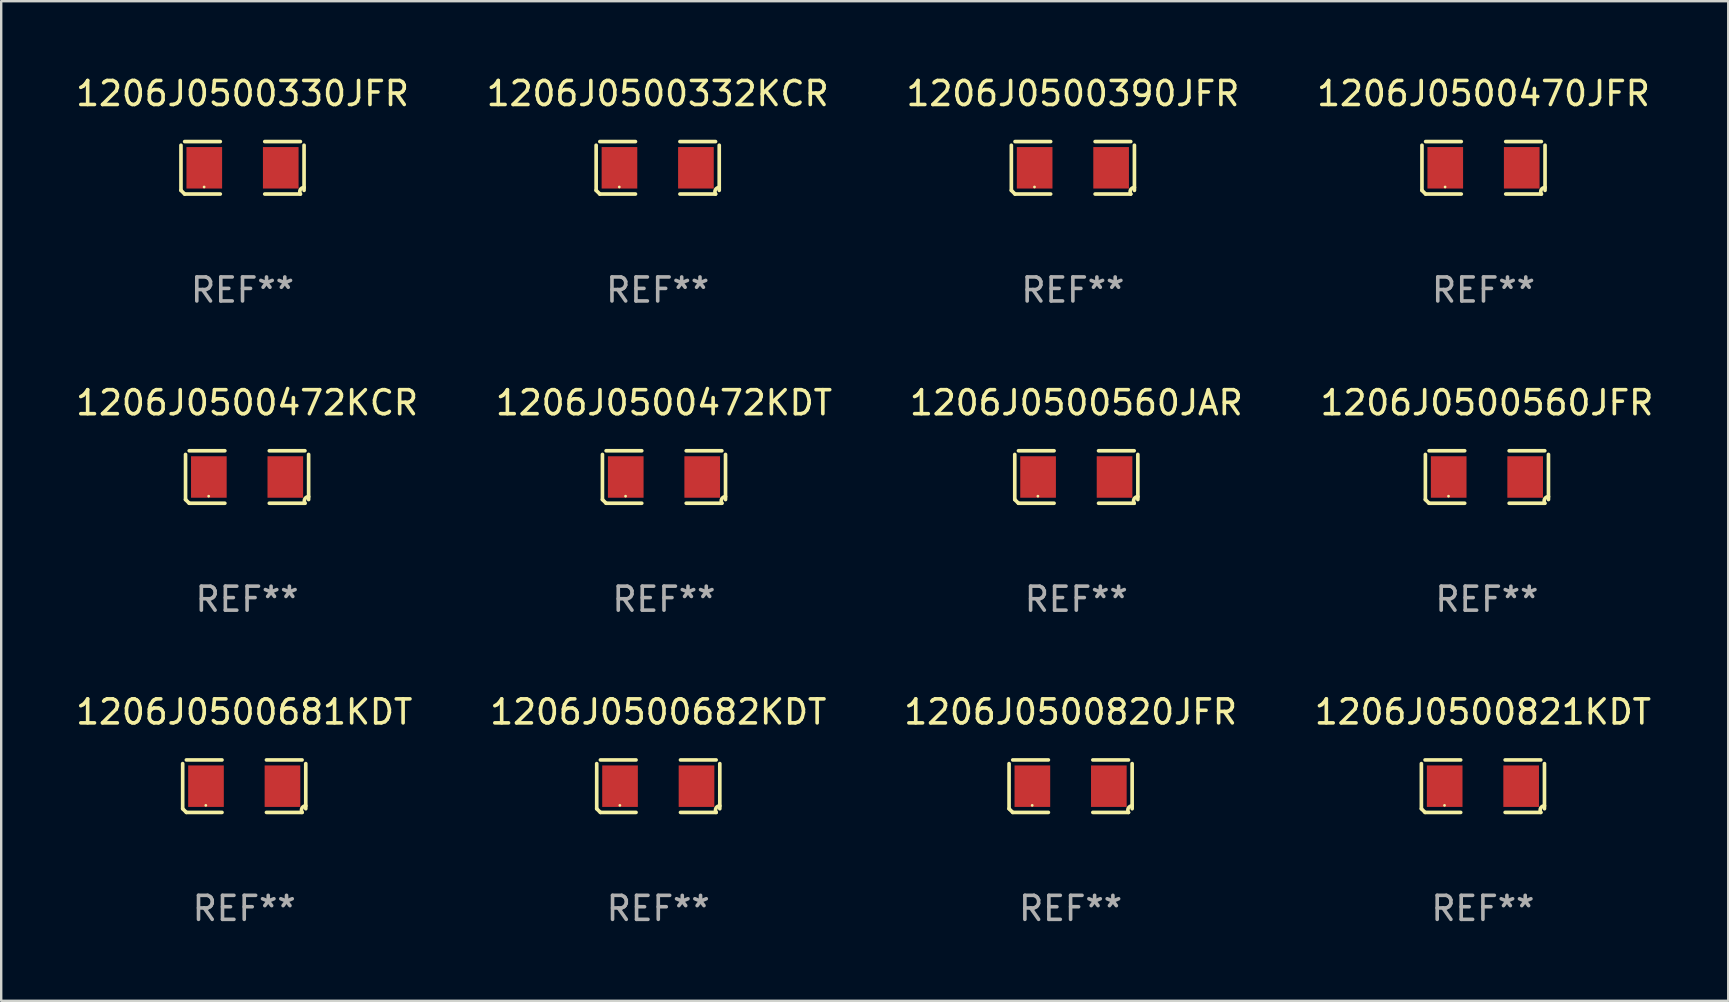
<source format=kicad_pcb>
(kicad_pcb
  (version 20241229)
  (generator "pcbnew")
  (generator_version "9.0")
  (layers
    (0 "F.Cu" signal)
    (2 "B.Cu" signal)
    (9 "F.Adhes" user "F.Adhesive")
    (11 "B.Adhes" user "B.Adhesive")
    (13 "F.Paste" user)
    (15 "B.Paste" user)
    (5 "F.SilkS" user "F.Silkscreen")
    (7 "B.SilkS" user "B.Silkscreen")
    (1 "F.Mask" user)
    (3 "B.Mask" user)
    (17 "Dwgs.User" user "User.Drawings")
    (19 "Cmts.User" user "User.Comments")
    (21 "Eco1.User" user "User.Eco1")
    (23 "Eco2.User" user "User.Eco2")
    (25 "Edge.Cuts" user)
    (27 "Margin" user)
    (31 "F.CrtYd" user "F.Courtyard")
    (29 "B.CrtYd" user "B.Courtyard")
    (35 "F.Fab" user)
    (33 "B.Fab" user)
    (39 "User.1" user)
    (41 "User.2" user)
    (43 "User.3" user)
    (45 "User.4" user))
  (footprint "1206J0500472KCR"
    (layer "F.Cu")
    (at 7.244 16.823)
    (property "Reference" "1206J0500472KCR" (at 0 -3.093 0) (layer "F.SilkS") (effects (font (size 1 1) (thickness 0.15))))
    (attr through_hole)
    (fp_line (start -2.564 0.94) (end -2.564 -0.94) (stroke (width 0.152) (type solid)) (layer "F.SilkS"))
    (fp_line (start -2.411 -1.093) (end -0.926 -1.093) (stroke (width 0.152) (type solid)) (layer "F.SilkS"))
    (fp_line (start -0.926 1.093) (end -2.411 1.093) (stroke (width 0.152) (type solid)) (layer "F.SilkS"))
    (fp_line (start 0.926 1.093) (end 2.411 1.093) (stroke (width 0.152) (type solid)) (layer "F.SilkS"))
    (fp_line (start 2.411 -1.093) (end 0.926 -1.093) (stroke (width 0.152) (type solid)) (layer "F.SilkS"))
    (fp_line (start 2.564 0.94) (end 2.564 -0.94) (stroke (width 0.152) (type solid)) (layer "F.SilkS"))
    (fp_arc (start -2.411201 1.092609) (mid -2.487413 1.01642) (end -2.563602 0.940208) (stroke (width 0.1524) (type solid)) (layer "F.SilkS"))
    (fp_arc (start 2.411201 1.092609) (mid 2.407159 0.911226) (end 2.563602 0.819347) (stroke (width 0.1524) (type solid)) (layer "F.SilkS"))
    (fp_circle (center -1.6 0.8) (end -1.57 0.8) (stroke (width 0.06) (type solid)) (fill no) (layer "F.SilkS"))
    (fp_text user "REF**" (at 0 5.093 0) (layer "F.Fab") (effects (font (size 1 1) (thickness 0.15))))
    (pad "1" smd rect (at -1.593 0) (size 1.485 1.728) (layers "F.Cu" "F.Mask" "F.Paste"))
    (pad "2" smd rect (at 1.593 0) (size 1.485 1.728) (layers "F.Cu" "F.Mask" "F.Paste")))
  (footprint "1206J0500472KDT"
    (layer "F.Cu")
    (at 24.613 16.823)
    (property "Reference" "1206J0500472KDT" (at 0 -3.093 0) (layer "F.SilkS") (effects (font (size 1 1) (thickness 0.15))))
    (attr through_hole)
    (fp_line (start -2.564 0.94) (end -2.564 -0.94) (stroke (width 0.152) (type solid)) (layer "F.SilkS"))
    (fp_line (start -2.411 -1.093) (end -0.926 -1.093) (stroke (width 0.152) (type solid)) (layer "F.SilkS"))
    (fp_line (start -0.926 1.093) (end -2.411 1.093) (stroke (width 0.152) (type solid)) (layer "F.SilkS"))
    (fp_line (start 0.926 1.093) (end 2.411 1.093) (stroke (width 0.152) (type solid)) (layer "F.SilkS"))
    (fp_line (start 2.411 -1.093) (end 0.926 -1.093) (stroke (width 0.152) (type solid)) (layer "F.SilkS"))
    (fp_line (start 2.564 0.94) (end 2.564 -0.94) (stroke (width 0.152) (type solid)) (layer "F.SilkS"))
    (fp_arc (start -2.411201 1.092609) (mid -2.487413 1.01642) (end -2.563602 0.940208) (stroke (width 0.1524) (type solid)) (layer "F.SilkS"))
    (fp_arc (start 2.411201 1.092609) (mid 2.407159 0.911226) (end 2.563602 0.819347) (stroke (width 0.1524) (type solid)) (layer "F.SilkS"))
    (fp_circle (center -1.6 0.8) (end -1.57 0.8) (stroke (width 0.06) (type solid)) (fill no) (layer "F.SilkS"))
    (fp_text user "REF**" (at 0 5.093 0) (layer "F.Fab") (effects (font (size 1 1) (thickness 0.15))))
    (pad "1" smd rect (at -1.593 0) (size 1.485 1.728) (layers "F.Cu" "F.Mask" "F.Paste"))
    (pad "2" smd rect (at 1.593 0) (size 1.485 1.728) (layers "F.Cu" "F.Mask" "F.Paste")))
  (footprint "1206J0500332KCR"
    (layer "F.Cu")
    (at 24.351 3.941)
    (property "Reference" "1206J0500332KCR" (at 0 -3.093 0) (layer "F.SilkS") (effects (font (size 1 1) (thickness 0.15))))
    (attr through_hole)
    (fp_line (start -2.564 0.94) (end -2.564 -0.94) (stroke (width 0.152) (type solid)) (layer "F.SilkS"))
    (fp_line (start -2.411 -1.093) (end -0.926 -1.093) (stroke (width 0.152) (type solid)) (layer "F.SilkS"))
    (fp_line (start -0.926 1.093) (end -2.411 1.093) (stroke (width 0.152) (type solid)) (layer "F.SilkS"))
    (fp_line (start 0.926 1.093) (end 2.411 1.093) (stroke (width 0.152) (type solid)) (layer "F.SilkS"))
    (fp_line (start 2.411 -1.093) (end 0.926 -1.093) (stroke (width 0.152) (type solid)) (layer "F.SilkS"))
    (fp_line (start 2.564 0.94) (end 2.564 -0.94) (stroke (width 0.152) (type solid)) (layer "F.SilkS"))
    (fp_arc (start -2.411201 1.092609) (mid -2.487413 1.01642) (end -2.563602 0.940208) (stroke (width 0.1524) (type solid)) (layer "F.SilkS"))
    (fp_arc (start 2.411201 1.092609) (mid 2.407159 0.911226) (end 2.563602 0.819347) (stroke (width 0.1524) (type solid)) (layer "F.SilkS"))
    (fp_circle (center -1.6 0.8) (end -1.57 0.8) (stroke (width 0.06) (type solid)) (fill no) (layer "F.SilkS"))
    (fp_text user "REF**" (at 0 5.093 0) (layer "F.Fab") (effects (font (size 1 1) (thickness 0.15))))
    (pad "1" smd rect (at -1.593 0) (size 1.485 1.728) (layers "F.Cu" "F.Mask" "F.Paste"))
    (pad "2" smd rect (at 1.593 0) (size 1.485 1.728) (layers "F.Cu" "F.Mask" "F.Paste")))
  (footprint "1206J0500820JFR"
    (layer "F.Cu")
    (at 41.554 29.704)
    (property "Reference" "1206J0500820JFR" (at 0 -3.093 0) (layer "F.SilkS") (effects (font (size 1 1) (thickness 0.15))))
    (attr through_hole)
    (fp_line (start -2.564 0.94) (end -2.564 -0.94) (stroke (width 0.152) (type solid)) (layer "F.SilkS"))
    (fp_line (start -2.411 -1.093) (end -0.926 -1.093) (stroke (width 0.152) (type solid)) (layer "F.SilkS"))
    (fp_line (start -0.926 1.093) (end -2.411 1.093) (stroke (width 0.152) (type solid)) (layer "F.SilkS"))
    (fp_line (start 0.926 1.093) (end 2.411 1.093) (stroke (width 0.152) (type solid)) (layer "F.SilkS"))
    (fp_line (start 2.411 -1.093) (end 0.926 -1.093) (stroke (width 0.152) (type solid)) (layer "F.SilkS"))
    (fp_line (start 2.564 0.94) (end 2.564 -0.94) (stroke (width 0.152) (type solid)) (layer "F.SilkS"))
    (fp_arc (start -2.411201 1.092609) (mid -2.487413 1.01642) (end -2.563602 0.940208) (stroke (width 0.1524) (type solid)) (layer "F.SilkS"))
    (fp_arc (start 2.411201 1.092609) (mid 2.407159 0.911226) (end 2.563602 0.819347) (stroke (width 0.1524) (type solid)) (layer "F.SilkS"))
    (fp_circle (center -1.6 0.8) (end -1.57 0.8) (stroke (width 0.06) (type solid)) (fill no) (layer "F.SilkS"))
    (fp_text user "REF**" (at 0 5.093 0) (layer "F.Fab") (effects (font (size 1 1) (thickness 0.15))))
    (pad "1" smd rect (at -1.593 0) (size 1.485 1.728) (layers "F.Cu" "F.Mask" "F.Paste"))
    (pad "2" smd rect (at 1.593 0) (size 1.485 1.728) (layers "F.Cu" "F.Mask" "F.Paste")))
  (footprint "1206J0500470JFR"
    (layer "F.Cu")
    (at 58.756 3.941)
    (property "Reference" "1206J0500470JFR" (at 0 -3.093 0) (layer "F.SilkS") (effects (font (size 1 1) (thickness 0.15))))
    (attr through_hole)
    (fp_line (start -2.564 0.94) (end -2.564 -0.94) (stroke (width 0.152) (type solid)) (layer "F.SilkS"))
    (fp_line (start -2.411 -1.093) (end -0.926 -1.093) (stroke (width 0.152) (type solid)) (layer "F.SilkS"))
    (fp_line (start -0.926 1.093) (end -2.411 1.093) (stroke (width 0.152) (type solid)) (layer "F.SilkS"))
    (fp_line (start 0.926 1.093) (end 2.411 1.093) (stroke (width 0.152) (type solid)) (layer "F.SilkS"))
    (fp_line (start 2.411 -1.093) (end 0.926 -1.093) (stroke (width 0.152) (type solid)) (layer "F.SilkS"))
    (fp_line (start 2.564 0.94) (end 2.564 -0.94) (stroke (width 0.152) (type solid)) (layer "F.SilkS"))
    (fp_arc (start -2.411201 1.092609) (mid -2.487413 1.01642) (end -2.563602 0.940208) (stroke (width 0.1524) (type solid)) (layer "F.SilkS"))
    (fp_arc (start 2.411201 1.092609) (mid 2.407159 0.911226) (end 2.563602 0.819347) (stroke (width 0.1524) (type solid)) (layer "F.SilkS"))
    (fp_circle (center -1.6 0.8) (end -1.57 0.8) (stroke (width 0.06) (type solid)) (fill no) (layer "F.SilkS"))
    (fp_text user "REF**" (at 0 5.093 0) (layer "F.Fab") (effects (font (size 1 1) (thickness 0.15))))
    (pad "1" smd rect (at -1.593 0) (size 1.485 1.728) (layers "F.Cu" "F.Mask" "F.Paste"))
    (pad "2" smd rect (at 1.593 0) (size 1.485 1.728) (layers "F.Cu" "F.Mask" "F.Paste")))
  (footprint "1206J0500390JFR"
    (layer "F.Cu")
    (at 41.649 3.941)
    (property "Reference" "1206J0500390JFR" (at 0 -3.093 0) (layer "F.SilkS") (effects (font (size 1 1) (thickness 0.15))))
    (attr through_hole)
    (fp_line (start -2.564 0.94) (end -2.564 -0.94) (stroke (width 0.152) (type solid)) (layer "F.SilkS"))
    (fp_line (start -2.411 -1.093) (end -0.926 -1.093) (stroke (width 0.152) (type solid)) (layer "F.SilkS"))
    (fp_line (start -0.926 1.093) (end -2.411 1.093) (stroke (width 0.152) (type solid)) (layer "F.SilkS"))
    (fp_line (start 0.926 1.093) (end 2.411 1.093) (stroke (width 0.152) (type solid)) (layer "F.SilkS"))
    (fp_line (start 2.411 -1.093) (end 0.926 -1.093) (stroke (width 0.152) (type solid)) (layer "F.SilkS"))
    (fp_line (start 2.564 0.94) (end 2.564 -0.94) (stroke (width 0.152) (type solid)) (layer "F.SilkS"))
    (fp_arc (start -2.411201 1.092609) (mid -2.487413 1.01642) (end -2.563602 0.940208) (stroke (width 0.1524) (type solid)) (layer "F.SilkS"))
    (fp_arc (start 2.411201 1.092609) (mid 2.407159 0.911226) (end 2.563602 0.819347) (stroke (width 0.1524) (type solid)) (layer "F.SilkS"))
    (fp_circle (center -1.6 0.8) (end -1.57 0.8) (stroke (width 0.06) (type solid)) (fill no) (layer "F.SilkS"))
    (fp_text user "REF**" (at 0 5.093 0) (layer "F.Fab") (effects (font (size 1 1) (thickness 0.15))))
    (pad "1" smd rect (at -1.593 0) (size 1.485 1.728) (layers "F.Cu" "F.Mask" "F.Paste"))
    (pad "2" smd rect (at 1.593 0) (size 1.485 1.728) (layers "F.Cu" "F.Mask" "F.Paste")))
  (footprint "1206J0500560JFR"
    (layer "F.Cu")
    (at 58.899 16.823)
    (property "Reference" "1206J0500560JFR" (at 0 -3.093 0) (layer "F.SilkS") (effects (font (size 1 1) (thickness 0.15))))
    (attr through_hole)
    (fp_line (start -2.564 0.94) (end -2.564 -0.94) (stroke (width 0.152) (type solid)) (layer "F.SilkS"))
    (fp_line (start -2.411 -1.093) (end -0.926 -1.093) (stroke (width 0.152) (type solid)) (layer "F.SilkS"))
    (fp_line (start -0.926 1.093) (end -2.411 1.093) (stroke (width 0.152) (type solid)) (layer "F.SilkS"))
    (fp_line (start 0.926 1.093) (end 2.411 1.093) (stroke (width 0.152) (type solid)) (layer "F.SilkS"))
    (fp_line (start 2.411 -1.093) (end 0.926 -1.093) (stroke (width 0.152) (type solid)) (layer "F.SilkS"))
    (fp_line (start 2.564 0.94) (end 2.564 -0.94) (stroke (width 0.152) (type solid)) (layer "F.SilkS"))
    (fp_arc (start -2.411201 1.092609) (mid -2.487413 1.01642) (end -2.563602 0.940208) (stroke (width 0.1524) (type solid)) (layer "F.SilkS"))
    (fp_arc (start 2.411201 1.092609) (mid 2.407159 0.911226) (end 2.563602 0.819347) (stroke (width 0.1524) (type solid)) (layer "F.SilkS"))
    (fp_circle (center -1.6 0.8) (end -1.57 0.8) (stroke (width 0.06) (type solid)) (fill no) (layer "F.SilkS"))
    (fp_text user "REF**" (at 0 5.093 0) (layer "F.Fab") (effects (font (size 1 1) (thickness 0.15))))
    (pad "1" smd rect (at -1.593 0) (size 1.485 1.728) (layers "F.Cu" "F.Mask" "F.Paste"))
    (pad "2" smd rect (at 1.593 0) (size 1.485 1.728) (layers "F.Cu" "F.Mask" "F.Paste")))
  (footprint "1206J0500821KDT"
    (layer "F.Cu")
    (at 58.732 29.704)
    (property "Reference" "1206J0500821KDT" (at 0 -3.093 0) (layer "F.SilkS") (effects (font (size 1 1) (thickness 0.15))))
    (attr through_hole)
    (fp_line (start -2.564 0.94) (end -2.564 -0.94) (stroke (width 0.152) (type solid)) (layer "F.SilkS"))
    (fp_line (start -2.411 -1.093) (end -0.926 -1.093) (stroke (width 0.152) (type solid)) (layer "F.SilkS"))
    (fp_line (start -0.926 1.093) (end -2.411 1.093) (stroke (width 0.152) (type solid)) (layer "F.SilkS"))
    (fp_line (start 0.926 1.093) (end 2.411 1.093) (stroke (width 0.152) (type solid)) (layer "F.SilkS"))
    (fp_line (start 2.411 -1.093) (end 0.926 -1.093) (stroke (width 0.152) (type solid)) (layer "F.SilkS"))
    (fp_line (start 2.564 0.94) (end 2.564 -0.94) (stroke (width 0.152) (type solid)) (layer "F.SilkS"))
    (fp_arc (start -2.411201 1.092609) (mid -2.487413 1.01642) (end -2.563602 0.940208) (stroke (width 0.1524) (type solid)) (layer "F.SilkS"))
    (fp_arc (start 2.411201 1.092609) (mid 2.407159 0.911226) (end 2.563602 0.819347) (stroke (width 0.1524) (type solid)) (layer "F.SilkS"))
    (fp_circle (center -1.6 0.8) (end -1.57 0.8) (stroke (width 0.06) (type solid)) (fill no) (layer "F.SilkS"))
    (fp_text user "REF**" (at 0 5.093 0) (layer "F.Fab") (effects (font (size 1 1) (thickness 0.15))))
    (pad "1" smd rect (at -1.593 0) (size 1.485 1.728) (layers "F.Cu" "F.Mask" "F.Paste"))
    (pad "2" smd rect (at 1.593 0) (size 1.485 1.728) (layers "F.Cu" "F.Mask" "F.Paste")))
  (footprint "1206J0500330JFR"
    (layer "F.Cu")
    (at 7.054 3.941)
    (property "Reference" "1206J0500330JFR" (at 0 -3.093 0) (layer "F.SilkS") (effects (font (size 1 1) (thickness 0.15))))
    (attr through_hole)
    (fp_line (start -2.564 0.94) (end -2.564 -0.94) (stroke (width 0.152) (type solid)) (layer "F.SilkS"))
    (fp_line (start -2.411 -1.093) (end -0.926 -1.093) (stroke (width 0.152) (type solid)) (layer "F.SilkS"))
    (fp_line (start -0.926 1.093) (end -2.411 1.093) (stroke (width 0.152) (type solid)) (layer "F.SilkS"))
    (fp_line (start 0.926 1.093) (end 2.411 1.093) (stroke (width 0.152) (type solid)) (layer "F.SilkS"))
    (fp_line (start 2.411 -1.093) (end 0.926 -1.093) (stroke (width 0.152) (type solid)) (layer "F.SilkS"))
    (fp_line (start 2.564 0.94) (end 2.564 -0.94) (stroke (width 0.152) (type solid)) (layer "F.SilkS"))
    (fp_arc (start -2.411201 1.092609) (mid -2.487413 1.01642) (end -2.563602 0.940208) (stroke (width 0.1524) (type solid)) (layer "F.SilkS"))
    (fp_arc (start 2.411201 1.092609) (mid 2.407159 0.911226) (end 2.563602 0.819347) (stroke (width 0.1524) (type solid)) (layer "F.SilkS"))
    (fp_circle (center -1.6 0.8) (end -1.57 0.8) (stroke (width 0.06) (type solid)) (fill no) (layer "F.SilkS"))
    (fp_text user "REF**" (at 0 5.093 0) (layer "F.Fab") (effects (font (size 1 1) (thickness 0.15))))
    (pad "1" smd rect (at -1.593 0) (size 1.485 1.728) (layers "F.Cu" "F.Mask" "F.Paste"))
    (pad "2" smd rect (at 1.593 0) (size 1.485 1.728) (layers "F.Cu" "F.Mask" "F.Paste")))
  (footprint "1206J0500682KDT"
    (layer "F.Cu")
    (at 24.375 29.704)
    (property "Reference" "1206J0500682KDT" (at 0 -3.093 0) (layer "F.SilkS") (effects (font (size 1 1) (thickness 0.15))))
    (attr through_hole)
    (fp_line (start -2.564 0.94) (end -2.564 -0.94) (stroke (width 0.152) (type solid)) (layer "F.SilkS"))
    (fp_line (start -2.411 -1.093) (end -0.926 -1.093) (stroke (width 0.152) (type solid)) (layer "F.SilkS"))
    (fp_line (start -0.926 1.093) (end -2.411 1.093) (stroke (width 0.152) (type solid)) (layer "F.SilkS"))
    (fp_line (start 0.926 1.093) (end 2.411 1.093) (stroke (width 0.152) (type solid)) (layer "F.SilkS"))
    (fp_line (start 2.411 -1.093) (end 0.926 -1.093) (stroke (width 0.152) (type solid)) (layer "F.SilkS"))
    (fp_line (start 2.564 0.94) (end 2.564 -0.94) (stroke (width 0.152) (type solid)) (layer "F.SilkS"))
    (fp_arc (start -2.411201 1.092609) (mid -2.487413 1.01642) (end -2.563602 0.940208) (stroke (width 0.1524) (type solid)) (layer "F.SilkS"))
    (fp_arc (start 2.411201 1.092609) (mid 2.407159 0.911226) (end 2.563602 0.819347) (stroke (width 0.1524) (type solid)) (layer "F.SilkS"))
    (fp_circle (center -1.6 0.8) (end -1.57 0.8) (stroke (width 0.06) (type solid)) (fill no) (layer "F.SilkS"))
    (fp_text user "REF**" (at 0 5.093 0) (layer "F.Fab") (effects (font (size 1 1) (thickness 0.15))))
    (pad "1" smd rect (at -1.593 0) (size 1.485 1.728) (layers "F.Cu" "F.Mask" "F.Paste"))
    (pad "2" smd rect (at 1.593 0) (size 1.485 1.728) (layers "F.Cu" "F.Mask" "F.Paste")))
  (footprint "1206J0500681KDT"
    (layer "F.Cu")
    (at 7.125 29.704)
    (property "Reference" "1206J0500681KDT" (at 0 -3.093 0) (layer "F.SilkS") (effects (font (size 1 1) (thickness 0.15))))
    (attr through_hole)
    (fp_line (start -2.564 0.94) (end -2.564 -0.94) (stroke (width 0.152) (type solid)) (layer "F.SilkS"))
    (fp_line (start -2.411 -1.093) (end -0.926 -1.093) (stroke (width 0.152) (type solid)) (layer "F.SilkS"))
    (fp_line (start -0.926 1.093) (end -2.411 1.093) (stroke (width 0.152) (type solid)) (layer "F.SilkS"))
    (fp_line (start 0.926 1.093) (end 2.411 1.093) (stroke (width 0.152) (type solid)) (layer "F.SilkS"))
    (fp_line (start 2.411 -1.093) (end 0.926 -1.093) (stroke (width 0.152) (type solid)) (layer "F.SilkS"))
    (fp_line (start 2.564 0.94) (end 2.564 -0.94) (stroke (width 0.152) (type solid)) (layer "F.SilkS"))
    (fp_arc (start -2.411201 1.092609) (mid -2.487413 1.01642) (end -2.563602 0.940208) (stroke (width 0.1524) (type solid)) (layer "F.SilkS"))
    (fp_arc (start 2.411201 1.092609) (mid 2.407159 0.911226) (end 2.563602 0.819347) (stroke (width 0.1524) (type solid)) (layer "F.SilkS"))
    (fp_circle (center -1.6 0.8) (end -1.57 0.8) (stroke (width 0.06) (type solid)) (fill no) (layer "F.SilkS"))
    (fp_text user "REF**" (at 0 5.093 0) (layer "F.Fab") (effects (font (size 1 1) (thickness 0.15))))
    (pad "1" smd rect (at -1.593 0) (size 1.485 1.728) (layers "F.Cu" "F.Mask" "F.Paste"))
    (pad "2" smd rect (at 1.593 0) (size 1.485 1.728) (layers "F.Cu" "F.Mask" "F.Paste")))
  (footprint "1206J0500560JAR"
    (layer "F.Cu")
    (at 41.792 16.823)
    (property "Reference" "1206J0500560JAR" (at 0 -3.093 0) (layer "F.SilkS") (effects (font (size 1 1) (thickness 0.15))))
    (attr through_hole)
    (fp_line (start -2.564 0.94) (end -2.564 -0.94) (stroke (width 0.152) (type solid)) (layer "F.SilkS"))
    (fp_line (start -2.411 -1.093) (end -0.926 -1.093) (stroke (width 0.152) (type solid)) (layer "F.SilkS"))
    (fp_line (start -0.926 1.093) (end -2.411 1.093) (stroke (width 0.152) (type solid)) (layer "F.SilkS"))
    (fp_line (start 0.926 1.093) (end 2.411 1.093) (stroke (width 0.152) (type solid)) (layer "F.SilkS"))
    (fp_line (start 2.411 -1.093) (end 0.926 -1.093) (stroke (width 0.152) (type solid)) (layer "F.SilkS"))
    (fp_line (start 2.564 0.94) (end 2.564 -0.94) (stroke (width 0.152) (type solid)) (layer "F.SilkS"))
    (fp_arc (start -2.411201 1.092609) (mid -2.487413 1.01642) (end -2.563602 0.940208) (stroke (width 0.1524) (type solid)) (layer "F.SilkS"))
    (fp_arc (start 2.411201 1.092609) (mid 2.407159 0.911226) (end 2.563602 0.819347) (stroke (width 0.1524) (type solid)) (layer "F.SilkS"))
    (fp_circle (center -1.6 0.8) (end -1.57 0.8) (stroke (width 0.06) (type solid)) (fill no) (layer "F.SilkS"))
    (fp_text user "REF**" (at 0 5.093 0) (layer "F.Fab") (effects (font (size 1 1) (thickness 0.15))))
    (pad "1" smd rect (at -1.593 0) (size 1.485 1.728) (layers "F.Cu" "F.Mask" "F.Paste"))
    (pad "2" smd rect (at 1.593 0) (size 1.485 1.728) (layers "F.Cu" "F.Mask" "F.Paste")))
  (gr_rect
    (start -3 -3)
    (end 68.952 38.645)
    (stroke (width 0.1) (type default))
    (fill no)
    (layer "Edge.Cuts")))
</source>
